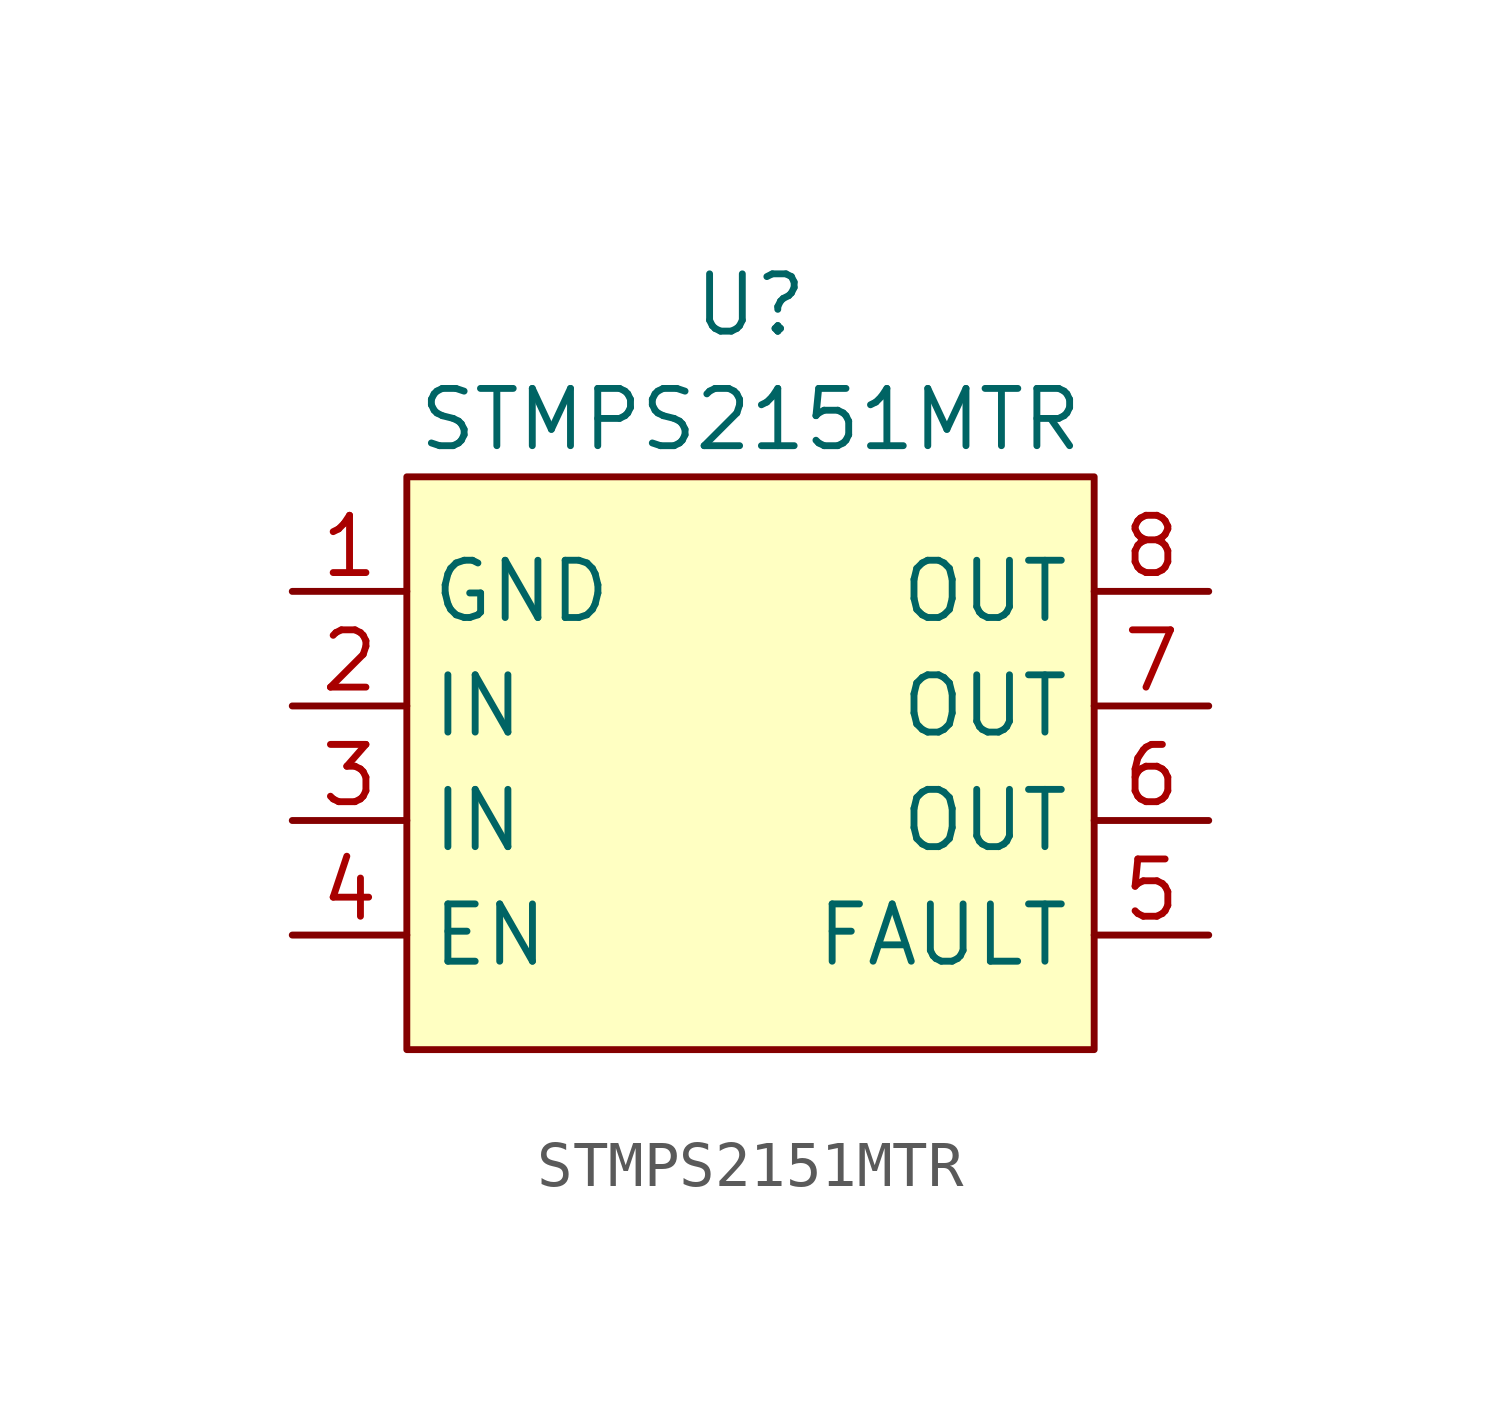
<source format=kicad_sym>
(kicad_symbol_lib
  (version 20211014)
  (generator kicad_symbol_editor)
  (symbol "STMPS2151MTR"
    (property "Reference" "U"
      (at 0 0 0)
      (effects (font (size 1.27 1.27))))
    (property "Value" "STMPS2151MTR"
      (at 0 -2.54 0)
      (effects (font (size 1.27 1.27))))
    (symbol "STMPS2151MTR_0_1"
      (rectangle (start -7.62 -3.81) (end 7.62 -16.51) (stroke (width 0) (type default) (color 0 0 0 0)) (fill (type background))))
    (symbol "STMPS2151MTR_1_1"
      (pin power_in line (at -10.16 -6.35 0) (length 2.54) (name "GND" (effects (font (size 1.27 1.27)))) (number "1" (effects (font (size 1.27 1.27)))))
      (pin input line (at -10.16 -8.89 0) (length 2.54) (name "IN" (effects (font (size 1.27 1.27)))) (number "2" (effects (font (size 1.27 1.27)))))
      (pin input line (at -10.16 -11.43 0) (length 2.54) (name "IN" (effects (font (size 1.27 1.27)))) (number "3" (effects (font (size 1.27 1.27)))))
      (pin input line (at -10.16 -13.97 0) (length 2.54) (name "EN" (effects (font (size 1.27 1.27)))) (number "4" (effects (font (size 1.27 1.27)))))
      (pin output line (at 10.16 -13.97 180) (length 2.54) (name "FAULT" (effects (font (size 1.27 1.27)))) (number "5" (effects (font (size 1.27 1.27)))))
      (pin passive line (at 10.16 -11.43 180) (length 2.54) (name "OUT" (effects (font (size 1.27 1.27)))) (number "6" (effects (font (size 1.27 1.27)))))
      (pin output line (at 10.16 -8.89 180) (length 2.54) (name "OUT" (effects (font (size 1.27 1.27)))) (number "7" (effects (font (size 1.27 1.27)))))
      (pin passive line (at 10.16 -6.35 180) (length 2.54) (name "OUT" (effects (font (size 1.27 1.27)))) (number "8" (effects (font (size 1.27 1.27))))))))
</source>
